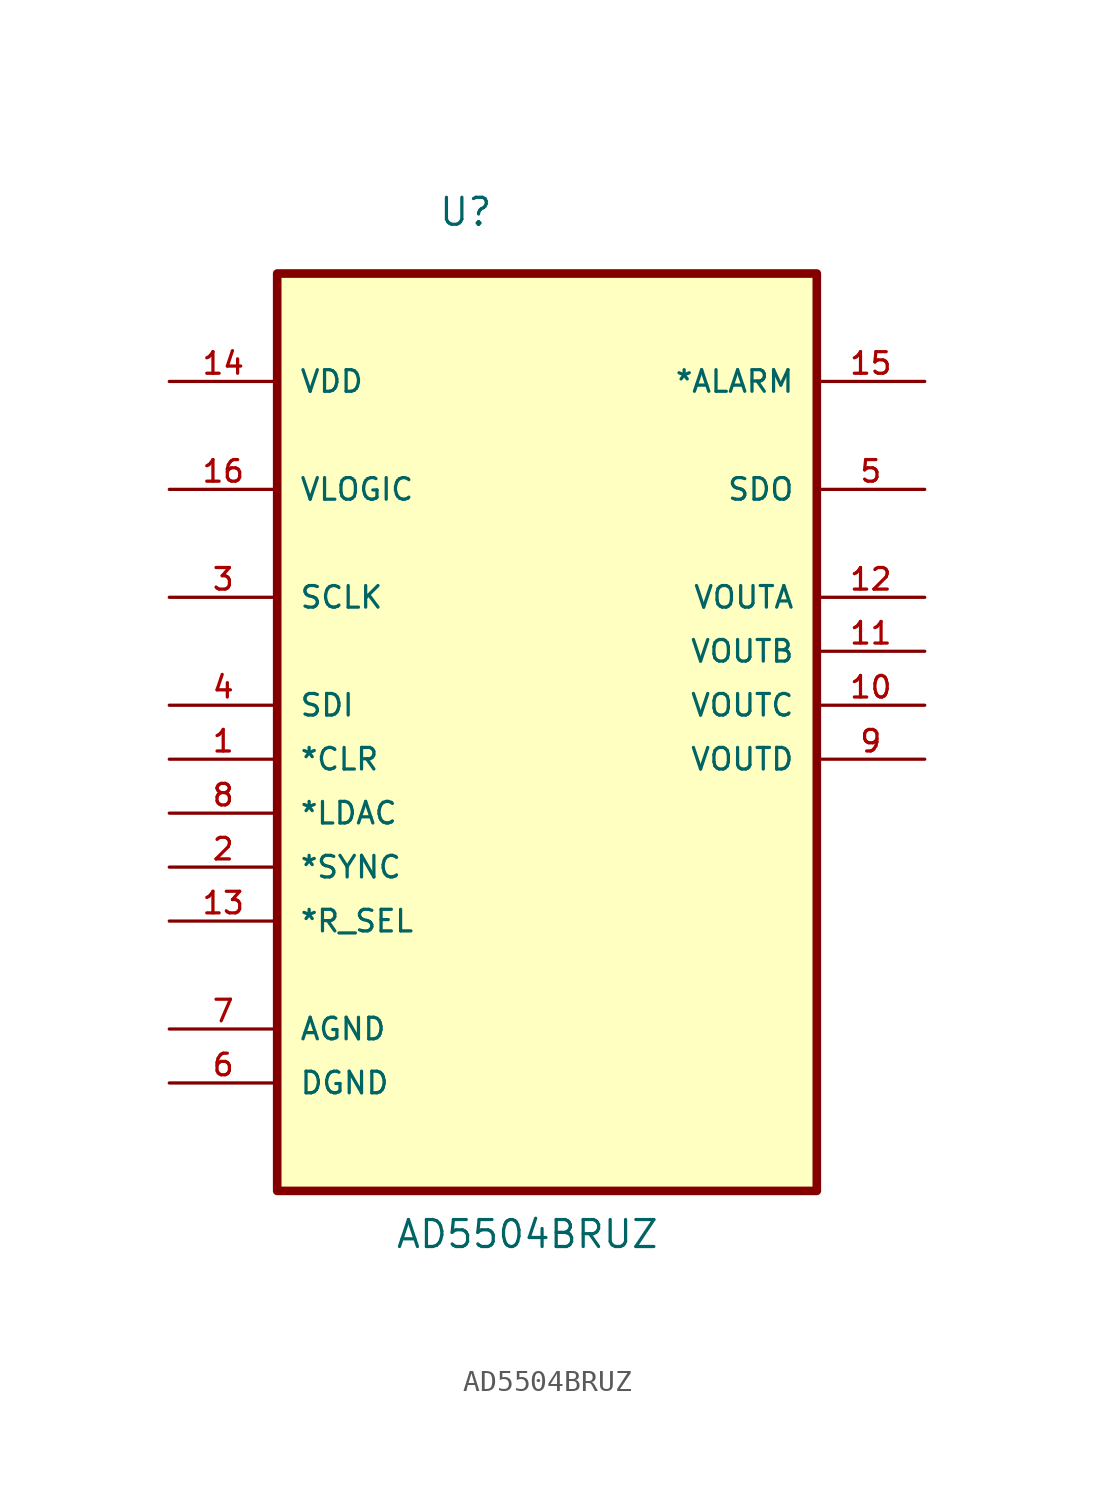
<source format=kicad_sym>
(kicad_symbol_lib
  (version 20211014)
  (generator kicad_symbol_editor)
  (symbol "AD5504BRUZ"
    (pin_names
      (offset 1.016))
    (property "Reference" "U"
      (at -5.136 19.935 0.0)
      (effects (font (size 1.27 1.27)) (justify bottom left)))
    (property "Value" "AD5504BRUZ"
      (at -7.166 -28.181 0.0)
      (effects (font (size 1.27 1.27)) (justify bottom left)))
    (symbol "AD5504BRUZ_0_0"
      (rectangle (start -12.7 -25.4) (end 12.7 17.78) (stroke (width 0.406)) (fill (type background)))
      (pin power_in line (at -17.78 12.7 0) (length 5.08) (name "VDD" (effects (font (size 1.016 1.016)))) (number "14" (effects (font (size 1.016 1.016)))))
      (pin power_in line (at -17.78 7.62 0) (length 5.08) (name "VLOGIC" (effects (font (size 1.016 1.016)))) (number "16" (effects (font (size 1.016 1.016)))))
      (pin input line (at -17.78 2.54 0) (length 5.08) (name "SCLK" (effects (font (size 1.016 1.016)))) (number "3" (effects (font (size 1.016 1.016)))))
      (pin input line (at -17.78 -2.54 0) (length 5.08) (name "SDI" (effects (font (size 1.016 1.016)))) (number "4" (effects (font (size 1.016 1.016)))))
      (pin input line (at -17.78 -5.08 0) (length 5.08) (name "*CLR" (effects (font (size 1.016 1.016)))) (number "1" (effects (font (size 1.016 1.016)))))
      (pin input line (at -17.78 -7.62 0) (length 5.08) (name "*LDAC" (effects (font (size 1.016 1.016)))) (number "8" (effects (font (size 1.016 1.016)))))
      (pin passive line (at -17.78 -10.16 0) (length 5.08) (name "*SYNC" (effects (font (size 1.016 1.016)))) (number "2" (effects (font (size 1.016 1.016)))))
      (pin passive line (at -17.78 -12.7 0) (length 5.08) (name "*R_SEL" (effects (font (size 1.016 1.016)))) (number "13" (effects (font (size 1.016 1.016)))))
      (pin passive line (at -17.78 -17.78 0) (length 5.08) (name "AGND" (effects (font (size 1.016 1.016)))) (number "7" (effects (font (size 1.016 1.016)))))
      (pin passive line (at -17.78 -20.32 0) (length 5.08) (name "DGND" (effects (font (size 1.016 1.016)))) (number "6" (effects (font (size 1.016 1.016)))))
      (pin output line (at 17.78 12.7 180.0) (length 5.08) (name "*ALARM" (effects (font (size 1.016 1.016)))) (number "15" (effects (font (size 1.016 1.016)))))
      (pin output line (at 17.78 7.62 180.0) (length 5.08) (name "SDO" (effects (font (size 1.016 1.016)))) (number "5" (effects (font (size 1.016 1.016)))))
      (pin output line (at 17.78 2.54 180.0) (length 5.08) (name "VOUTA" (effects (font (size 1.016 1.016)))) (number "12" (effects (font (size 1.016 1.016)))))
      (pin output line (at 17.78 0.0 180.0) (length 5.08) (name "VOUTB" (effects (font (size 1.016 1.016)))) (number "11" (effects (font (size 1.016 1.016)))))
      (pin output line (at 17.78 -2.54 180.0) (length 5.08) (name "VOUTC" (effects (font (size 1.016 1.016)))) (number "10" (effects (font (size 1.016 1.016)))))
      (pin output line (at 17.78 -5.08 180.0) (length 5.08) (name "VOUTD" (effects (font (size 1.016 1.016)))) (number "9" (effects (font (size 1.016 1.016))))))))
</source>
